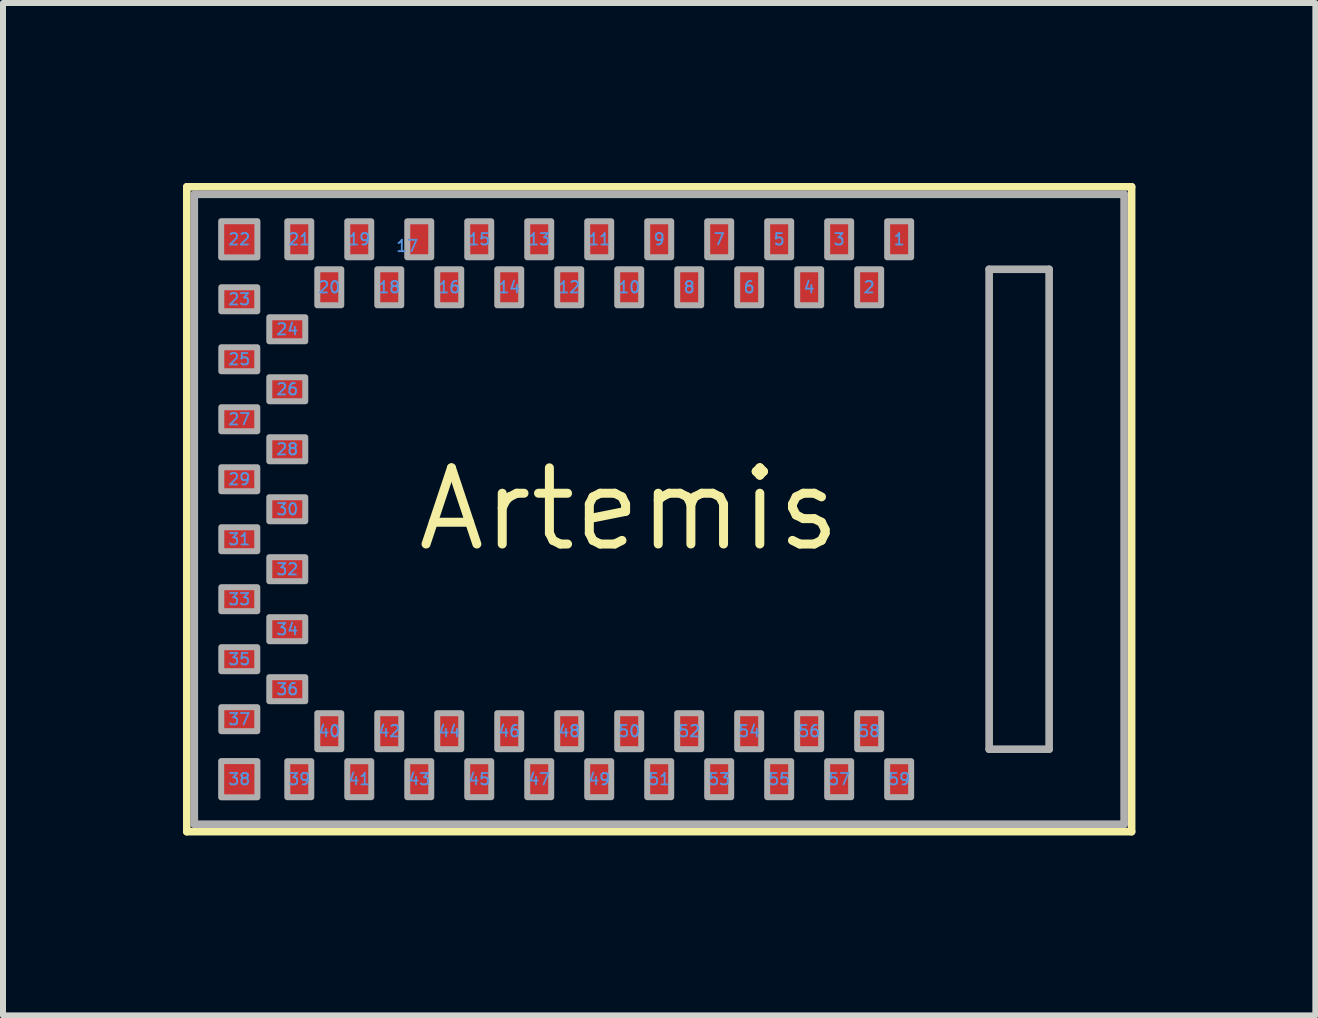
<source format=kicad_pcb>
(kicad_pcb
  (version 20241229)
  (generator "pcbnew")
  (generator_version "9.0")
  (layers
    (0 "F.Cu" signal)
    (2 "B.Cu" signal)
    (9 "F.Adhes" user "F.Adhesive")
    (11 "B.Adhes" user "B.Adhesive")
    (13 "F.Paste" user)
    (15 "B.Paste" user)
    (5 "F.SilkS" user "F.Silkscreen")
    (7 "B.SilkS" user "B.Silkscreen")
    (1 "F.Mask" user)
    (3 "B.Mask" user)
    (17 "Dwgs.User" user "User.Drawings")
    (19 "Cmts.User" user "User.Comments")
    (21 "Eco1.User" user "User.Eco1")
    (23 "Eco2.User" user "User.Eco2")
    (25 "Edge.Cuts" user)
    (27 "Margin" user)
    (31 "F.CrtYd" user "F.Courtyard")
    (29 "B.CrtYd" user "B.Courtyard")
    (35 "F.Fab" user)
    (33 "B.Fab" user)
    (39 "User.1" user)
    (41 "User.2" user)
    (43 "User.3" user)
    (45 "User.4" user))
  (footprint "Artemis"
    (layer "F.Cu")
    (at 7.439 5.439)
    (property "Reference" "Artemis" (at 0 0 0) (layer "F.SilkS") (effects (font (size 1.27 1.27) (thickness 0.15))))
    (attr through_hole)
    (fp_line (start -7.375 -5.375) (end -7.375 5.375) (stroke (width 0.127) (type solid)) (layer "F.SilkS"))
    (fp_line (start -7.375 5.375) (end 8.375 5.375) (stroke (width 0.127) (type solid)) (layer "F.SilkS"))
    (fp_line (start 8.375 -5.375) (end -7.375 -5.375) (stroke (width 0.127) (type solid)) (layer "F.SilkS"))
    (fp_line (start 8.375 5.375) (end 8.375 -5.375) (stroke (width 0.127) (type solid)) (layer "F.SilkS"))
    (fp_line (start -7.25 -5.25) (end -7.25 5.25) (stroke (width 0.127) (type solid)) (layer "F.Fab"))
    (fp_line (start -7.25 5.25) (end 8.25 5.25) (stroke (width 0.127) (type solid)) (layer "F.Fab"))
    (fp_line (start 6 -4) (end 7 -4) (stroke (width 0.127) (type solid)) (layer "F.Fab"))
    (fp_line (start 6 4) (end 6 -4) (stroke (width 0.127) (type solid)) (layer "F.Fab"))
    (fp_line (start 7 -4) (end 7 4) (stroke (width 0.127) (type solid)) (layer "F.Fab"))
    (fp_line (start 7 4) (end 6 4) (stroke (width 0.127) (type solid)) (layer "F.Fab"))
    (fp_line (start 8.25 -5.25) (end -7.25 -5.25) (stroke (width 0.127) (type solid)) (layer "F.Fab"))
    (fp_line (start 8.25 5.25) (end 8.25 -5.25) (stroke (width 0.127) (type solid)) (layer "F.Fab"))
    (fp_poly (pts (xy -6.8 -3.7) (xy -6.8 -3.3) (xy -6.2 -3.3) (xy -6.2 -3.7)) (stroke (width 0.1) (type solid)) (fill no) (layer "F.Fab"))
    (fp_poly (pts (xy -6.8 -2.7) (xy -6.8 -2.3) (xy -6.2 -2.3) (xy -6.2 -2.7)) (stroke (width 0.1) (type solid)) (fill no) (layer "F.Fab"))
    (fp_poly (pts (xy -6.8 -1.7) (xy -6.8 -1.3) (xy -6.2 -1.3) (xy -6.2 -1.7)) (stroke (width 0.1) (type solid)) (fill no) (layer "F.Fab"))
    (fp_poly (pts (xy -6.8 -0.7) (xy -6.8 -0.3) (xy -6.2 -0.3) (xy -6.2 -0.7)) (stroke (width 0.1) (type solid)) (fill no) (layer "F.Fab"))
    (fp_poly (pts (xy -6.8 0.3) (xy -6.8 0.7) (xy -6.2 0.7) (xy -6.2 0.3)) (stroke (width 0.1) (type solid)) (fill no) (layer "F.Fab"))
    (fp_poly (pts (xy -6.8 1.3) (xy -6.8 1.7) (xy -6.2 1.7) (xy -6.2 1.3)) (stroke (width 0.1) (type solid)) (fill no) (layer "F.Fab"))
    (fp_poly (pts (xy -6.8 2.3) (xy -6.8 2.7) (xy -6.2 2.7) (xy -6.2 2.3)) (stroke (width 0.1) (type solid)) (fill no) (layer "F.Fab"))
    (fp_poly (pts (xy -6.8 3.3) (xy -6.8 3.7) (xy -6.2 3.7) (xy -6.2 3.3)) (stroke (width 0.1) (type solid)) (fill no) (layer "F.Fab"))
    (fp_poly (pts (xy -6.198 -4.802) (xy -6.802 -4.802) (xy -6.802 -4.198) (xy -6.198 -4.198)) (stroke (width 0.1) (type solid)) (fill no) (layer "F.Fab"))
    (fp_poly (pts (xy -6.198 4.198) (xy -6.802 4.198) (xy -6.802 4.802) (xy -6.198 4.802)) (stroke (width 0.1) (type solid)) (fill no) (layer "F.Fab"))
    (fp_poly (pts (xy -6 -3.2) (xy -6 -2.8) (xy -5.4 -2.8) (xy -5.4 -3.2)) (stroke (width 0.1) (type solid)) (fill no) (layer "F.Fab"))
    (fp_poly (pts (xy -6 -2.2) (xy -6 -1.8) (xy -5.4 -1.8) (xy -5.4 -2.2)) (stroke (width 0.1) (type solid)) (fill no) (layer "F.Fab"))
    (fp_poly (pts (xy -6 -1.2) (xy -6 -0.8) (xy -5.4 -0.8) (xy -5.4 -1.2)) (stroke (width 0.1) (type solid)) (fill no) (layer "F.Fab"))
    (fp_poly (pts (xy -6 -0.2) (xy -6 0.2) (xy -5.4 0.2) (xy -5.4 -0.2)) (stroke (width 0.1) (type solid)) (fill no) (layer "F.Fab"))
    (fp_poly (pts (xy -6 0.8) (xy -6 1.2) (xy -5.4 1.2) (xy -5.4 0.8)) (stroke (width 0.1) (type solid)) (fill no) (layer "F.Fab"))
    (fp_poly (pts (xy -6 1.8) (xy -6 2.2) (xy -5.4 2.2) (xy -5.4 1.8)) (stroke (width 0.1) (type solid)) (fill no) (layer "F.Fab"))
    (fp_poly (pts (xy -6 2.8) (xy -6 3.2) (xy -5.4 3.2) (xy -5.4 2.8)) (stroke (width 0.1) (type solid)) (fill no) (layer "F.Fab"))
    (fp_poly (pts (xy -5.7 4.8) (xy -5.3 4.8) (xy -5.3 4.2) (xy -5.7 4.2)) (stroke (width 0.1) (type solid)) (fill no) (layer "F.Fab"))
    (fp_poly (pts (xy -5.3 -4.8) (xy -5.7 -4.8) (xy -5.7 -4.2) (xy -5.3 -4.2)) (stroke (width 0.1) (type solid)) (fill no) (layer "F.Fab"))
    (fp_poly (pts (xy -5.2 4) (xy -4.8 4) (xy -4.8 3.4) (xy -5.2 3.4)) (stroke (width 0.1) (type solid)) (fill no) (layer "F.Fab"))
    (fp_poly (pts (xy -4.8 -4) (xy -5.2 -4) (xy -5.2 -3.4) (xy -4.8 -3.4)) (stroke (width 0.1) (type solid)) (fill no) (layer "F.Fab"))
    (fp_poly (pts (xy -4.7 4.8) (xy -4.3 4.8) (xy -4.3 4.2) (xy -4.7 4.2)) (stroke (width 0.1) (type solid)) (fill no) (layer "F.Fab"))
    (fp_poly (pts (xy -4.3 -4.8) (xy -4.7 -4.8) (xy -4.7 -4.2) (xy -4.3 -4.2)) (stroke (width 0.1) (type solid)) (fill no) (layer "F.Fab"))
    (fp_poly (pts (xy -4.2 4) (xy -3.8 4) (xy -3.8 3.4) (xy -4.2 3.4)) (stroke (width 0.1) (type solid)) (fill no) (layer "F.Fab"))
    (fp_poly (pts (xy -3.8 -4) (xy -4.2 -4) (xy -4.2 -3.4) (xy -3.8 -3.4)) (stroke (width 0.1) (type solid)) (fill no) (layer "F.Fab"))
    (fp_poly (pts (xy -3.7 4.8) (xy -3.3 4.8) (xy -3.3 4.2) (xy -3.7 4.2)) (stroke (width 0.1) (type solid)) (fill no) (layer "F.Fab"))
    (fp_poly (pts (xy -3.3 -4.8) (xy -3.7 -4.8) (xy -3.7 -4.2) (xy -3.3 -4.2)) (stroke (width 0.1) (type solid)) (fill no) (layer "F.Fab"))
    (fp_poly (pts (xy -3.2 4) (xy -2.8 4) (xy -2.8 3.4) (xy -3.2 3.4)) (stroke (width 0.1) (type solid)) (fill no) (layer "F.Fab"))
    (fp_poly (pts (xy -2.8 -4) (xy -3.2 -4) (xy -3.2 -3.4) (xy -2.8 -3.4)) (stroke (width 0.1) (type solid)) (fill no) (layer "F.Fab"))
    (fp_poly (pts (xy -2.7 4.8) (xy -2.3 4.8) (xy -2.3 4.2) (xy -2.7 4.2)) (stroke (width 0.1) (type solid)) (fill no) (layer "F.Fab"))
    (fp_poly (pts (xy -2.3 -4.8) (xy -2.7 -4.8) (xy -2.7 -4.2) (xy -2.3 -4.2)) (stroke (width 0.1) (type solid)) (fill no) (layer "F.Fab"))
    (fp_poly (pts (xy -2.2 4) (xy -1.8 4) (xy -1.8 3.4) (xy -2.2 3.4)) (stroke (width 0.1) (type solid)) (fill no) (layer "F.Fab"))
    (fp_poly (pts (xy -1.8 -4) (xy -2.2 -4) (xy -2.2 -3.4) (xy -1.8 -3.4)) (stroke (width 0.1) (type solid)) (fill no) (layer "F.Fab"))
    (fp_poly (pts (xy -1.7 -4.2) (xy -1.3 -4.2) (xy -1.3 -4.8) (xy -1.7 -4.8)) (stroke (width 0.1) (type solid)) (fill no) (layer "F.Fab"))
    (fp_poly (pts (xy -1.7 4.8) (xy -1.3 4.8) (xy -1.3 4.2) (xy -1.7 4.2)) (stroke (width 0.1) (type solid)) (fill no) (layer "F.Fab"))
    (fp_poly (pts (xy -1.2 -3.4) (xy -0.8 -3.4) (xy -0.8 -4) (xy -1.2 -4)) (stroke (width 0.1) (type solid)) (fill no) (layer "F.Fab"))
    (fp_poly (pts (xy -1.2 4) (xy -0.8 4) (xy -0.8 3.4) (xy -1.2 3.4)) (stroke (width 0.1) (type solid)) (fill no) (layer "F.Fab"))
    (fp_poly (pts (xy -0.7 -4.2) (xy -0.3 -4.2) (xy -0.3 -4.8) (xy -0.7 -4.8)) (stroke (width 0.1) (type solid)) (fill no) (layer "F.Fab"))
    (fp_poly (pts (xy -0.7 4.8) (xy -0.3 4.8) (xy -0.3 4.2) (xy -0.7 4.2)) (stroke (width 0.1) (type solid)) (fill no) (layer "F.Fab"))
    (fp_poly (pts (xy -0.2 -3.4) (xy 0.2 -3.4) (xy 0.2 -4) (xy -0.2 -4)) (stroke (width 0.1) (type solid)) (fill no) (layer "F.Fab"))
    (fp_poly (pts (xy -0.2 4) (xy 0.2 4) (xy 0.2 3.4) (xy -0.2 3.4)) (stroke (width 0.1) (type solid)) (fill no) (layer "F.Fab"))
    (fp_poly (pts (xy 0.3 -4.2) (xy 0.7 -4.2) (xy 0.7 -4.8) (xy 0.3 -4.8)) (stroke (width 0.1) (type solid)) (fill no) (layer "F.Fab"))
    (fp_poly (pts (xy 0.3 4.8) (xy 0.7 4.8) (xy 0.7 4.2) (xy 0.3 4.2)) (stroke (width 0.1) (type solid)) (fill no) (layer "F.Fab"))
    (fp_poly (pts (xy 0.8 -3.4) (xy 1.2 -3.4) (xy 1.2 -4) (xy 0.8 -4)) (stroke (width 0.1) (type solid)) (fill no) (layer "F.Fab"))
    (fp_poly (pts (xy 0.8 4) (xy 1.2 4) (xy 1.2 3.4) (xy 0.8 3.4)) (stroke (width 0.1) (type solid)) (fill no) (layer "F.Fab"))
    (fp_poly (pts (xy 1.3 -4.2) (xy 1.7 -4.2) (xy 1.7 -4.8) (xy 1.3 -4.8)) (stroke (width 0.1) (type solid)) (fill no) (layer "F.Fab"))
    (fp_poly (pts (xy 1.3 4.8) (xy 1.7 4.8) (xy 1.7 4.2) (xy 1.3 4.2)) (stroke (width 0.1) (type solid)) (fill no) (layer "F.Fab"))
    (fp_poly (pts (xy 1.8 -3.4) (xy 2.2 -3.4) (xy 2.2 -4) (xy 1.8 -4)) (stroke (width 0.1) (type solid)) (fill no) (layer "F.Fab"))
    (fp_poly (pts (xy 1.8 4) (xy 2.2 4) (xy 2.2 3.4) (xy 1.8 3.4)) (stroke (width 0.1) (type solid)) (fill no) (layer "F.Fab"))
    (fp_poly (pts (xy 2.3 -4.2) (xy 2.7 -4.2) (xy 2.7 -4.8) (xy 2.3 -4.8)) (stroke (width 0.1) (type solid)) (fill no) (layer "F.Fab"))
    (fp_poly (pts (xy 2.3 4.8) (xy 2.7 4.8) (xy 2.7 4.2) (xy 2.3 4.2)) (stroke (width 0.1) (type solid)) (fill no) (layer "F.Fab"))
    (fp_poly (pts (xy 2.8 -3.4) (xy 3.2 -3.4) (xy 3.2 -4) (xy 2.8 -4)) (stroke (width 0.1) (type solid)) (fill no) (layer "F.Fab"))
    (fp_poly (pts (xy 2.8 4) (xy 3.2 4) (xy 3.2 3.4) (xy 2.8 3.4)) (stroke (width 0.1) (type solid)) (fill no) (layer "F.Fab"))
    (fp_poly (pts (xy 3.3 -4.2) (xy 3.7 -4.2) (xy 3.7 -4.8) (xy 3.3 -4.8)) (stroke (width 0.1) (type solid)) (fill no) (layer "F.Fab"))
    (fp_poly (pts (xy 3.3 4.8) (xy 3.7 4.8) (xy 3.7 4.2) (xy 3.3 4.2)) (stroke (width 0.1) (type solid)) (fill no) (layer "F.Fab"))
    (fp_poly (pts (xy 3.8 -3.4) (xy 4.2 -3.4) (xy 4.2 -4) (xy 3.8 -4)) (stroke (width 0.1) (type solid)) (fill no) (layer "F.Fab"))
    (fp_poly (pts (xy 3.8 4) (xy 4.2 4) (xy 4.2 3.4) (xy 3.8 3.4)) (stroke (width 0.1) (type solid)) (fill no) (layer "F.Fab"))
    (fp_poly (pts (xy 4.3 -4.2) (xy 4.7 -4.2) (xy 4.7 -4.8) (xy 4.3 -4.8)) (stroke (width 0.1) (type solid)) (fill no) (layer "F.Fab"))
    (fp_poly (pts (xy 4.3 4.8) (xy 4.7 4.8) (xy 4.7 4.2) (xy 4.3 4.2)) (stroke (width 0.1) (type solid)) (fill no) (layer "F.Fab"))
    (fp_text user "34" (at -5.7 2 0) (layer "Cmts.User") (effects (font (size 0.19 0.19) (thickness 0.03))))
    (fp_text user "32" (at -5.7 1 0) (layer "Cmts.User") (effects (font (size 0.19 0.19) (thickness 0.03))))
    (fp_text user "30" (at -5.7 0 0) (layer "Cmts.User") (effects (font (size 0.19 0.19) (thickness 0.03))))
    (fp_text user "27" (at -6.5 -1.5 0) (layer "Cmts.User") (effects (font (size 0.19 0.19) (thickness 0.03))))
    (fp_text user "35" (at -6.5 2.5 0) (layer "Cmts.User") (effects (font (size 0.19 0.19) (thickness 0.03))))
    (fp_text user "54" (at 2 3.7 0) (layer "Cmts.User") (effects (font (size 0.19 0.19) (thickness 0.03))))
    (fp_text user "4" (at 3 -3.7 0) (layer "Cmts.User") (effects (font (size 0.19 0.19) (thickness 0.03))))
    (fp_text user "55" (at 2.5 4.5 0) (layer "Cmts.User") (effects (font (size 0.19 0.19) (thickness 0.03))))
    (fp_text user "40" (at -5 3.7 0) (layer "Cmts.User") (effects (font (size 0.19 0.19) (thickness 0.03))))
    (fp_text user "7" (at 1.5 -4.5 0) (layer "Cmts.User") (effects (font (size 0.19 0.19) (thickness 0.03))))
    (fp_text user "29" (at -6.5 -0.5 0) (layer "Cmts.User") (effects (font (size 0.19 0.19) (thickness 0.03))))
    (fp_text user "3" (at 3.5 -4.5 0) (layer "Cmts.User") (effects (font (size 0.19 0.19) (thickness 0.03))))
    (fp_text user "51" (at 0.5 4.5 0) (layer "Cmts.User") (effects (font (size 0.19 0.19) (thickness 0.03))))
    (fp_text user "10" (at 0 -3.7 0) (layer "Cmts.User") (effects (font (size 0.19 0.19) (thickness 0.03))))
    (fp_text user "8" (at 1 -3.7 0) (layer "Cmts.User") (effects (font (size 0.19 0.19) (thickness 0.03))))
    (fp_text user "12" (at -1 -3.7 0) (layer "Cmts.User") (effects (font (size 0.19 0.19) (thickness 0.03))))
    (fp_text user "18" (at -4 -3.7 0) (layer "Cmts.User") (effects (font (size 0.19 0.19) (thickness 0.03))))
    (fp_text user "6" (at 2 -3.7 0) (layer "Cmts.User") (effects (font (size 0.19 0.19) (thickness 0.03))))
    (fp_text user "44" (at -3 3.7 0) (layer "Cmts.User") (effects (font (size 0.19 0.19) (thickness 0.03))))
    (fp_text user "50" (at 0 3.7 0) (layer "Cmts.User") (effects (font (size 0.19 0.19) (thickness 0.03))))
    (fp_text user "15" (at -2.5 -4.5 0) (layer "Cmts.User") (effects (font (size 0.19 0.19) (thickness 0.03))))
    (fp_text user "25" (at -6.5 -2.5 0) (layer "Cmts.User") (effects (font (size 0.19 0.19) (thickness 0.03))))
    (fp_text user "39" (at -5.5 4.5 0) (layer "Cmts.User") (effects (font (size 0.19 0.19) (thickness 0.03))))
    (fp_text user "33" (at -6.5 1.5 0) (layer "Cmts.User") (effects (font (size 0.19 0.19) (thickness 0.03))))
    (fp_text user "45" (at -2.5 4.5 0) (layer "Cmts.User") (effects (font (size 0.19 0.19) (thickness 0.03))))
    (fp_text user "22" (at -6.5 -4.5 0) (layer "Cmts.User") (effects (font (size 0.19 0.19) (thickness 0.03))))
    (fp_text user "52" (at 1 3.7 0) (layer "Cmts.User") (effects (font (size 0.19 0.19) (thickness 0.03))))
    (fp_text user "21" (at -5.5 -4.5 0) (layer "Cmts.User") (effects (font (size 0.19 0.19) (thickness 0.03))))
    (fp_text user "1" (at 4.5 -4.5 0) (layer "Cmts.User") (effects (font (size 0.19 0.19) (thickness 0.03))))
    (fp_text user "24" (at -5.7 -3 0) (layer "Cmts.User") (effects (font (size 0.19 0.19) (thickness 0.03))))
    (fp_text user "41" (at -4.5 4.5 0) (layer "Cmts.User") (effects (font (size 0.19 0.19) (thickness 0.03))))
    (fp_text user "36" (at -5.7 3 0) (layer "Cmts.User") (effects (font (size 0.19 0.19) (thickness 0.03))))
    (fp_text user "42" (at -4 3.7 0) (layer "Cmts.User") (effects (font (size 0.19 0.19) (thickness 0.03))))
    (fp_text user "31" (at -6.5 0.5 0) (layer "Cmts.User") (effects (font (size 0.19 0.19) (thickness 0.03))))
    (fp_text user "11" (at -0.5 -4.5 0) (layer "Cmts.User") (effects (font (size 0.19 0.19) (thickness 0.03))))
    (fp_text user "26" (at -5.7 -2 0) (layer "Cmts.User") (effects (font (size 0.19 0.19) (thickness 0.03))))
    (fp_text user "20" (at -5 -3.7 0) (layer "Cmts.User") (effects (font (size 0.19 0.19) (thickness 0.03))))
    (fp_text user "43" (at -3.5 4.5 0) (layer "Cmts.User") (effects (font (size 0.19 0.19) (thickness 0.03))))
    (fp_text user "2" (at 4 -3.7 0) (layer "Cmts.User") (effects (font (size 0.19 0.19) (thickness 0.03))))
    (fp_text user "23" (at -6.5 -3.5 0) (layer "Cmts.User") (effects (font (size 0.19 0.19) (thickness 0.03))))
    (fp_text user "38" (at -6.5 4.5 0) (layer "Cmts.User") (effects (font (size 0.19 0.19) (thickness 0.03))))
    (fp_text user "13" (at -1.5 -4.5 0) (layer "Cmts.User") (effects (font (size 0.19 0.19) (thickness 0.03))))
    (fp_text user "47" (at -1.5 4.5 0) (layer "Cmts.User") (effects (font (size 0.19 0.19) (thickness 0.03))))
    (fp_text user "17" (at -3.5 -4.5 0) (layer "Cmts.User") (effects (font (size 0.19 0.19) (thickness 0.03)) (justify right top)))
    (fp_text user "53" (at 1.5 4.5 0) (layer "Cmts.User") (effects (font (size 0.19 0.19) (thickness 0.03))))
    (fp_text user "14" (at -2 -3.7 0) (layer "Cmts.User") (effects (font (size 0.19 0.19) (thickness 0.03))))
    (fp_text user "59" (at 4.5 4.5 0) (layer "Cmts.User") (effects (font (size 0.19 0.19) (thickness 0.03))))
    (fp_text user "49" (at -0.5 4.5 0) (layer "Cmts.User") (effects (font (size 0.19 0.19) (thickness 0.03))))
    (fp_text user "19" (at -4.5 -4.5 0) (layer "Cmts.User") (effects (font (size 0.19 0.19) (thickness 0.03))))
    (fp_text user "58" (at 4 3.7 0) (layer "Cmts.User") (effects (font (size 0.19 0.19) (thickness 0.03))))
    (fp_text user "48" (at -1 3.7 0) (layer "Cmts.User") (effects (font (size 0.19 0.19) (thickness 0.03))))
    (fp_text user "57" (at 3.5 4.5 0) (layer "Cmts.User") (effects (font (size 0.19 0.19) (thickness 0.03))))
    (fp_text user "5" (at 2.5 -4.5 0) (layer "Cmts.User") (effects (font (size 0.19 0.19) (thickness 0.03))))
    (fp_text user "46" (at -2 3.7 0) (layer "Cmts.User") (effects (font (size 0.19 0.19) (thickness 0.03))))
    (fp_text user "37" (at -6.5 3.5 0) (layer "Cmts.User") (effects (font (size 0.19 0.19) (thickness 0.03))))
    (fp_text user "9" (at 0.5 -4.5 0) (layer "Cmts.User") (effects (font (size 0.19 0.19) (thickness 0.03))))
    (fp_text user "56" (at 3 3.7 0) (layer "Cmts.User") (effects (font (size 0.19 0.19) (thickness 0.03))))
    (fp_text user "28" (at -5.7 -1 0) (layer "Cmts.User") (effects (font (size 0.19 0.19) (thickness 0.03))))
    (fp_text user "16" (at -3 -3.7 0) (layer "Cmts.User") (effects (font (size 0.19 0.19) (thickness 0.03))))
    (pad "1" smd rect (at 4.5 -4.5) (size 0.4 0.6) (layers "F.Cu" "F.Mask" "F.Paste"))
    (pad "2" smd rect (at 4 -3.7) (size 0.4 0.6) (layers "F.Cu" "F.Mask" "F.Paste"))
    (pad "3" smd rect (at 3.5 -4.5) (size 0.4 0.6) (layers "F.Cu" "F.Mask" "F.Paste"))
    (pad "4" smd rect (at 3 -3.7) (size 0.4 0.6) (layers "F.Cu" "F.Mask" "F.Paste"))
    (pad "5" smd rect (at 2.5 -4.5) (size 0.4 0.6) (layers "F.Cu" "F.Mask" "F.Paste"))
    (pad "6" smd rect (at 2 -3.7) (size 0.4 0.6) (layers "F.Cu" "F.Mask" "F.Paste"))
    (pad "7" smd rect (at 1.5 -4.5) (size 0.4 0.6) (layers "F.Cu" "F.Mask" "F.Paste"))
    (pad "8" smd rect (at 1 -3.7) (size 0.4 0.6) (layers "F.Cu" "F.Mask" "F.Paste"))
    (pad "9" smd rect (at 0.5 -4.5) (size 0.4 0.6) (layers "F.Cu" "F.Mask" "F.Paste"))
    (pad "10" smd rect (at 0 -3.7) (size 0.4 0.6) (layers "F.Cu" "F.Mask" "F.Paste"))
    (pad "11" smd rect (at -0.5 -4.5) (size 0.4 0.6) (layers "F.Cu" "F.Mask" "F.Paste"))
    (pad "12" smd rect (at -1 -3.7) (size 0.4 0.6) (layers "F.Cu" "F.Mask" "F.Paste"))
    (pad "13" smd rect (at -1.5 -4.5) (size 0.4 0.6) (layers "F.Cu" "F.Mask" "F.Paste"))
    (pad "14" smd rect (at -2 -3.7) (size 0.4 0.6) (layers "F.Cu" "F.Mask" "F.Paste"))
    (pad "15" smd rect (at -2.5 -4.5) (size 0.4 0.6) (layers "F.Cu" "F.Mask" "F.Paste"))
    (pad "16" smd rect (at -3 -3.7) (size 0.4 0.6) (layers "F.Cu" "F.Mask" "F.Paste"))
    (pad "17" smd rect (at -3.5 -4.5) (size 0.4 0.6) (layers "F.Cu" "F.Mask" "F.Paste"))
    (pad "18" smd rect (at -4 -3.7) (size 0.4 0.6) (layers "F.Cu" "F.Mask" "F.Paste"))
    (pad "19" smd rect (at -4.5 -4.5) (size 0.4 0.6) (layers "F.Cu" "F.Mask" "F.Paste"))
    (pad "20" smd rect (at -5 -3.7) (size 0.4 0.6) (layers "F.Cu" "F.Mask" "F.Paste"))
    (pad "21" smd rect (at -5.5 -4.5) (size 0.4 0.6) (layers "F.Cu" "F.Mask" "F.Paste"))
    (pad "22" smd rect (at -6.5 -4.5) (size 0.6 0.6) (layers "F.Cu" "F.Mask" "F.Paste"))
    (pad "23" smd rect (at -6.5 -3.5 90) (size 0.4 0.6) (layers "F.Cu" "F.Mask" "F.Paste"))
    (pad "24" smd rect (at -5.7 -3 90) (size 0.4 0.6) (layers "F.Cu" "F.Mask" "F.Paste"))
    (pad "25" smd rect (at -6.5 -2.5 90) (size 0.4 0.6) (layers "F.Cu" "F.Mask" "F.Paste"))
    (pad "26" smd rect (at -5.7 -2 90) (size 0.4 0.6) (layers "F.Cu" "F.Mask" "F.Paste"))
    (pad "27" smd rect (at -6.5 -1.5 90) (size 0.4 0.6) (layers "F.Cu" "F.Mask" "F.Paste"))
    (pad "28" smd rect (at -5.7 -1 90) (size 0.4 0.6) (layers "F.Cu" "F.Mask" "F.Paste"))
    (pad "29" smd rect (at -6.5 -0.5 90) (size 0.4 0.6) (layers "F.Cu" "F.Mask" "F.Paste"))
    (pad "30" smd rect (at -5.7 0 90) (size 0.4 0.6) (layers "F.Cu" "F.Mask" "F.Paste"))
    (pad "31" smd rect (at -6.5 0.5 90) (size 0.4 0.6) (layers "F.Cu" "F.Mask" "F.Paste"))
    (pad "32" smd rect (at -5.7 1 90) (size 0.4 0.6) (layers "F.Cu" "F.Mask" "F.Paste"))
    (pad "33" smd rect (at -6.5 1.5 90) (size 0.4 0.6) (layers "F.Cu" "F.Mask" "F.Paste"))
    (pad "34" smd rect (at -5.7 2 90) (size 0.4 0.6) (layers "F.Cu" "F.Mask" "F.Paste"))
    (pad "35" smd rect (at -6.5 2.5 90) (size 0.4 0.6) (layers "F.Cu" "F.Mask" "F.Paste"))
    (pad "36" smd rect (at -5.7 3 90) (size 0.4 0.6) (layers "F.Cu" "F.Mask" "F.Paste"))
    (pad "37" smd rect (at -6.5 3.5 90) (size 0.4 0.6) (layers "F.Cu" "F.Mask" "F.Paste"))
    (pad "38" smd rect (at -6.5 4.5 180) (size 0.6 0.6) (layers "F.Cu" "F.Mask" "F.Paste"))
    (pad "39" smd rect (at -5.5 4.5 180) (size 0.4 0.6) (layers "F.Cu" "F.Mask" "F.Paste"))
    (pad "40" smd rect (at -5 3.7 180) (size 0.4 0.6) (layers "F.Cu" "F.Mask" "F.Paste"))
    (pad "41" smd rect (at -4.5 4.5 180) (size 0.4 0.6) (layers "F.Cu" "F.Mask" "F.Paste"))
    (pad "42" smd rect (at -4 3.7 180) (size 0.4 0.6) (layers "F.Cu" "F.Mask" "F.Paste"))
    (pad "43" smd rect (at -3.5 4.5 180) (size 0.4 0.6) (layers "F.Cu" "F.Mask" "F.Paste"))
    (pad "44" smd rect (at -3 3.7 180) (size 0.4 0.6) (layers "F.Cu" "F.Mask" "F.Paste"))
    (pad "45" smd rect (at -2.5 4.5 180) (size 0.4 0.6) (layers "F.Cu" "F.Mask" "F.Paste"))
    (pad "46" smd rect (at -2 3.7 180) (size 0.4 0.6) (layers "F.Cu" "F.Mask" "F.Paste"))
    (pad "47" smd rect (at -1.5 4.5 180) (size 0.4 0.6) (layers "F.Cu" "F.Mask" "F.Paste"))
    (pad "48" smd rect (at -1 3.7 180) (size 0.4 0.6) (layers "F.Cu" "F.Mask" "F.Paste"))
    (pad "49" smd rect (at -0.5 4.5 180) (size 0.4 0.6) (layers "F.Cu" "F.Mask" "F.Paste"))
    (pad "50" smd rect (at 0 3.7 180) (size 0.4 0.6) (layers "F.Cu" "F.Mask" "F.Paste"))
    (pad "51" smd rect (at 0.5 4.5 180) (size 0.4 0.6) (layers "F.Cu" "F.Mask" "F.Paste"))
    (pad "52" smd rect (at 1 3.7 180) (size 0.4 0.6) (layers "F.Cu" "F.Mask" "F.Paste"))
    (pad "53" smd rect (at 1.5 4.5 180) (size 0.4 0.6) (layers "F.Cu" "F.Mask" "F.Paste"))
    (pad "54" smd rect (at 2 3.7 180) (size 0.4 0.6) (layers "F.Cu" "F.Mask" "F.Paste"))
    (pad "55" smd rect (at 2.5 4.5 180) (size 0.4 0.6) (layers "F.Cu" "F.Mask" "F.Paste"))
    (pad "56" smd rect (at 3 3.7 180) (size 0.4 0.6) (layers "F.Cu" "F.Mask" "F.Paste"))
    (pad "57" smd rect (at 3.5 4.5 180) (size 0.4 0.6) (layers "F.Cu" "F.Mask" "F.Paste"))
    (pad "58" smd rect (at 4 3.7 180) (size 0.4 0.6) (layers "F.Cu" "F.Mask" "F.Paste"))
    (pad "59" smd rect (at 4.5 4.5 180) (size 0.4 0.6) (layers "F.Cu" "F.Mask" "F.Paste")))
  (gr_rect
    (start -3 -3)
    (end 18.877 13.877)
    (stroke (width 0.1) (type default))
    (fill no)
    (layer "Edge.Cuts")))
</source>
